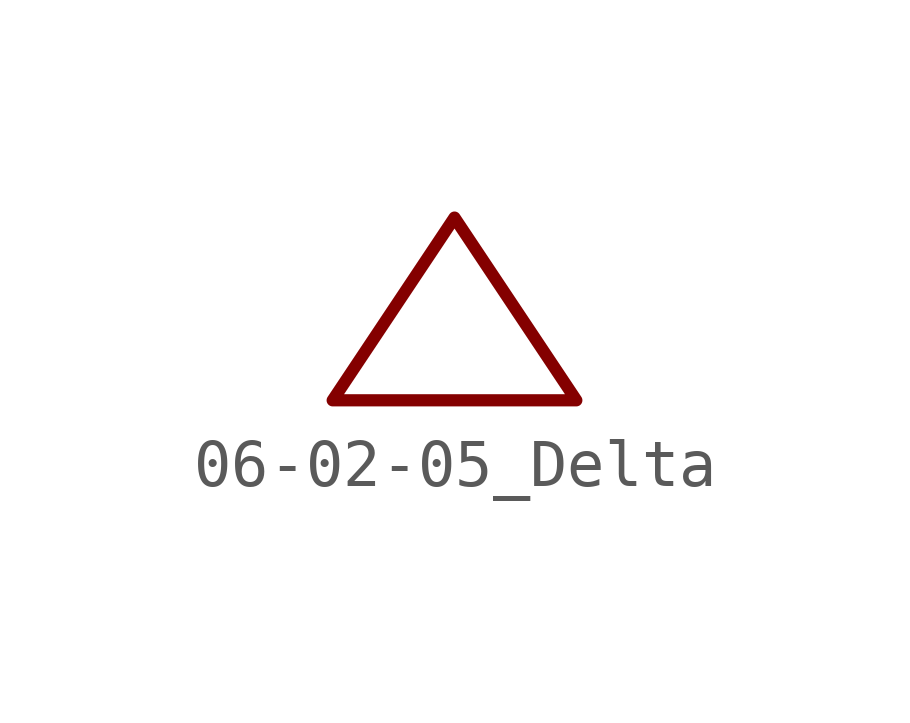
<source format=kicad_sym>
(kicad_symbol_lib
  (version 20201005)
  (generator kicad_symbol_editor)
  (symbol "Symbol_IEC_60617-6:06-02-05_Delta"
    (property "Reference" "#SYM"
      (at 0 0 0)
      (effects (font (size 1.27 1.27)) hide))
    (symbol "06-02-05_Delta_0_1"
      (polyline (pts (xy 0 2.54) (xy -2.54 -1.27) (xy 2.54 -1.27) (xy 0 2.54)) (stroke (width 0.254)) (fill (type none))))))
</source>
